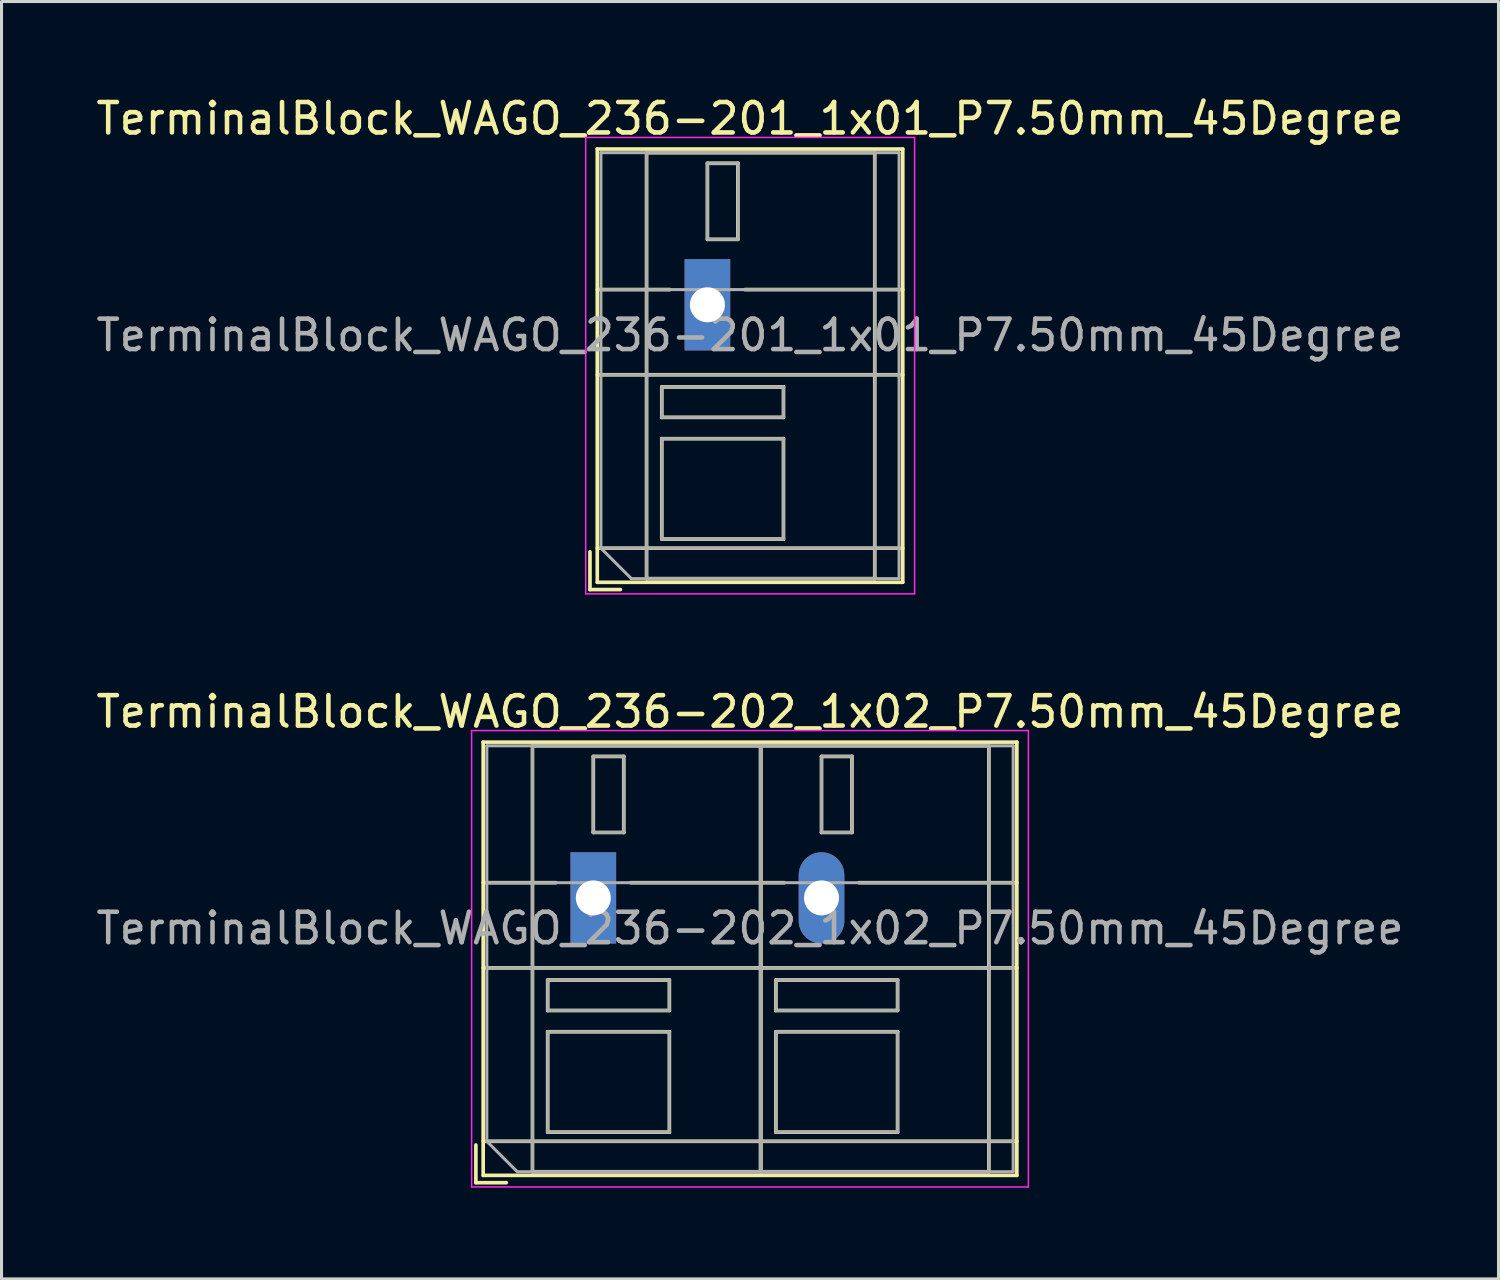
<source format=kicad_pcb>
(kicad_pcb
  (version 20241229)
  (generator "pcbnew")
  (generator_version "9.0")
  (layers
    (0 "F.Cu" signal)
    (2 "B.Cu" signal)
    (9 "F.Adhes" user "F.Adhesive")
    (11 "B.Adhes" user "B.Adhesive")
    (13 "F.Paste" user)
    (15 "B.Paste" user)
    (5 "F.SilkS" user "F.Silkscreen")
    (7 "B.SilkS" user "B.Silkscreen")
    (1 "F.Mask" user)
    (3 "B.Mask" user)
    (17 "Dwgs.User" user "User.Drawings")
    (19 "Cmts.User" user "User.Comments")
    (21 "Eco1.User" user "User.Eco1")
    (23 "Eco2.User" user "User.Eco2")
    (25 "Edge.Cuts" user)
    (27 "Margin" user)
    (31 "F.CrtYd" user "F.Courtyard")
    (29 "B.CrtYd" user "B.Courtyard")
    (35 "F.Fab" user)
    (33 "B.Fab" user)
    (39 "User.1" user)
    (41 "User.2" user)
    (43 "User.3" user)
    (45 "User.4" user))
  (footprint "TerminalBlock_WAGO_236-201_1x01_P7.50mm_45Degree"
    (layer "F.Cu")
    (at 20.201 6.968)
    (property "Reference" "TerminalBlock_WAGO_236-201_1x01_P7.50mm_45Degree" (at 1.4 -6.12 0) (layer "F.SilkS") (effects (font (size 1 1) (thickness 0.15))))
    (attr through_hole)
    (fp_line (start -3.86 8.12) (end -3.86 9.36) (stroke (width 0.12) (type solid)) (layer "F.SilkS"))
    (fp_line (start -3.86 9.36) (end -2.86 9.36) (stroke (width 0.12) (type solid)) (layer "F.SilkS"))
    (fp_line (start -3.62 -5.12) (end -3.62 9.12) (stroke (width 0.12) (type solid)) (layer "F.SilkS"))
    (fp_line (start -3.62 -5.12) (end 6.421 -5.12) (stroke (width 0.12) (type solid)) (layer "F.SilkS"))
    (fp_line (start -3.62 -0.5) (end -1.23 -0.5) (stroke (width 0.12) (type solid)) (layer "F.SilkS"))
    (fp_line (start -3.62 2.3) (end 6.421 2.3) (stroke (width 0.12) (type solid)) (layer "F.SilkS"))
    (fp_line (start -3.62 8) (end 6.421 8) (stroke (width 0.12) (type solid)) (layer "F.SilkS"))
    (fp_line (start -3.62 9.12) (end 6.421 9.12) (stroke (width 0.12) (type solid)) (layer "F.SilkS"))
    (fp_line (start -2 -5) (end -2 9) (stroke (width 0.12) (type solid)) (layer "F.SilkS"))
    (fp_line (start -2 -5) (end 5.5 -5) (stroke (width 0.12) (type solid)) (layer "F.SilkS"))
    (fp_line (start -2 9) (end 5.5 9) (stroke (width 0.12) (type solid)) (layer "F.SilkS"))
    (fp_line (start -1.5 2.7) (end -1.5 3.7) (stroke (width 0.12) (type solid)) (layer "F.SilkS"))
    (fp_line (start -1.5 2.7) (end 2.5 2.7) (stroke (width 0.12) (type solid)) (layer "F.SilkS"))
    (fp_line (start -1.5 3.7) (end 2.5 3.7) (stroke (width 0.12) (type solid)) (layer "F.SilkS"))
    (fp_line (start -1.5 4.4) (end -1.5 7.7) (stroke (width 0.12) (type solid)) (layer "F.SilkS"))
    (fp_line (start -1.5 4.4) (end 2.5 4.4) (stroke (width 0.12) (type solid)) (layer "F.SilkS"))
    (fp_line (start -1.5 7.7) (end 2.5 7.7) (stroke (width 0.12) (type solid)) (layer "F.SilkS"))
    (fp_line (start 0 -4.65) (end 0 -2.151) (stroke (width 0.12) (type solid)) (layer "F.SilkS"))
    (fp_line (start 0 -4.65) (end 1 -4.65) (stroke (width 0.12) (type solid)) (layer "F.SilkS"))
    (fp_line (start 0 -2.151) (end 1 -2.151) (stroke (width 0.12) (type solid)) (layer "F.SilkS"))
    (fp_line (start 1 -4.65) (end 1 -2.151) (stroke (width 0.12) (type solid)) (layer "F.SilkS"))
    (fp_line (start 1.23 -0.5) (end 6.421 -0.5) (stroke (width 0.12) (type solid)) (layer "F.SilkS"))
    (fp_line (start 2.5 2.7) (end 2.5 3.7) (stroke (width 0.12) (type solid)) (layer "F.SilkS"))
    (fp_line (start 2.5 4.4) (end 2.5 7.7) (stroke (width 0.12) (type solid)) (layer "F.SilkS"))
    (fp_line (start 5.5 -5) (end 5.5 9) (stroke (width 0.12) (type solid)) (layer "F.SilkS"))
    (fp_line (start 6.421 -5.12) (end 6.421 9.12) (stroke (width 0.12) (type solid)) (layer "F.SilkS"))
    (fp_line (start -4 -5.5) (end -4 9.5) (stroke (width 0.05) (type solid)) (layer "F.CrtYd"))
    (fp_line (start -4 9.5) (end 6.81 9.5) (stroke (width 0.05) (type solid)) (layer "F.CrtYd"))
    (fp_line (start 6.81 -5.5) (end -4 -5.5) (stroke (width 0.05) (type solid)) (layer "F.CrtYd"))
    (fp_line (start 6.81 9.5) (end 6.81 -5.5) (stroke (width 0.05) (type solid)) (layer "F.CrtYd"))
    (fp_line (start -3.5 -5) (end 6.3 -5) (stroke (width 0.1) (type solid)) (layer "F.Fab"))
    (fp_line (start -3.5 -0.5) (end 6.3 -0.5) (stroke (width 0.1) (type solid)) (layer "F.Fab"))
    (fp_line (start -3.5 2.3) (end 6.3 2.3) (stroke (width 0.1) (type solid)) (layer "F.Fab"))
    (fp_line (start -3.5 8) (end -3.5 -5) (stroke (width 0.1) (type solid)) (layer "F.Fab"))
    (fp_line (start -3.5 8) (end 6.3 8) (stroke (width 0.1) (type solid)) (layer "F.Fab"))
    (fp_line (start -2.5 9) (end -3.5 8) (stroke (width 0.1) (type solid)) (layer "F.Fab"))
    (fp_line (start -2 -5) (end -2 9) (stroke (width 0.1) (type solid)) (layer "F.Fab"))
    (fp_line (start -2 9) (end 5.5 9) (stroke (width 0.1) (type solid)) (layer "F.Fab"))
    (fp_line (start -1.5 2.7) (end -1.5 3.7) (stroke (width 0.1) (type solid)) (layer "F.Fab"))
    (fp_line (start -1.5 3.7) (end 2.5 3.7) (stroke (width 0.1) (type solid)) (layer "F.Fab"))
    (fp_line (start -1.5 4.4) (end -1.5 7.7) (stroke (width 0.1) (type solid)) (layer "F.Fab"))
    (fp_line (start -1.5 7.7) (end 2.5 7.7) (stroke (width 0.1) (type solid)) (layer "F.Fab"))
    (fp_line (start 0 -4.65) (end 0 -2.15) (stroke (width 0.1) (type solid)) (layer "F.Fab"))
    (fp_line (start 0 -2.15) (end 1 -2.15) (stroke (width 0.1) (type solid)) (layer "F.Fab"))
    (fp_line (start 1 -4.65) (end 0 -4.65) (stroke (width 0.1) (type solid)) (layer "F.Fab"))
    (fp_line (start 1 -2.15) (end 1 -4.65) (stroke (width 0.1) (type solid)) (layer "F.Fab"))
    (fp_line (start 2.5 2.7) (end -1.5 2.7) (stroke (width 0.1) (type solid)) (layer "F.Fab"))
    (fp_line (start 2.5 3.7) (end 2.5 2.7) (stroke (width 0.1) (type solid)) (layer "F.Fab"))
    (fp_line (start 2.5 4.4) (end -1.5 4.4) (stroke (width 0.1) (type solid)) (layer "F.Fab"))
    (fp_line (start 2.5 7.7) (end 2.5 4.4) (stroke (width 0.1) (type solid)) (layer "F.Fab"))
    (fp_line (start 5.5 -5) (end -2 -5) (stroke (width 0.1) (type solid)) (layer "F.Fab"))
    (fp_line (start 5.5 9) (end 5.5 -5) (stroke (width 0.1) (type solid)) (layer "F.Fab"))
    (fp_line (start 6.3 -5) (end 6.3 9) (stroke (width 0.1) (type solid)) (layer "F.Fab"))
    (fp_line (start 6.3 9) (end -2.5 9) (stroke (width 0.1) (type solid)) (layer "F.Fab"))
    (fp_text user "${REFERENCE}" (at 1.4 1 0) (layer "F.Fab") (effects (font (size 1 1) (thickness 0.15))))
    (pad "1" thru_hole rect (at 0 0) (size 1.5 3) (drill 1.15) (layers "*.Cu" "*.Mask")))
  (footprint "TerminalBlock_WAGO_236-202_1x02_P7.50mm_45Degree"
    (layer "F.Cu")
    (at 16.451 26.462)
    (property "Reference" "TerminalBlock_WAGO_236-202_1x02_P7.50mm_45Degree" (at 5.15 -6.12 0) (layer "F.SilkS") (effects (font (size 1 1) (thickness 0.15))))
    (attr through_hole)
    (fp_line (start -3.86 8.12) (end -3.86 9.36) (stroke (width 0.12) (type solid)) (layer "F.SilkS"))
    (fp_line (start -3.86 9.36) (end -2.86 9.36) (stroke (width 0.12) (type solid)) (layer "F.SilkS"))
    (fp_line (start -3.62 -5.12) (end -3.62 9.12) (stroke (width 0.12) (type solid)) (layer "F.SilkS"))
    (fp_line (start -3.62 -5.12) (end 13.92 -5.12) (stroke (width 0.12) (type solid)) (layer "F.SilkS"))
    (fp_line (start -3.62 -0.5) (end -1.23 -0.5) (stroke (width 0.12) (type solid)) (layer "F.SilkS"))
    (fp_line (start -3.62 2.3) (end 13.92 2.3) (stroke (width 0.12) (type solid)) (layer "F.SilkS"))
    (fp_line (start -3.62 8) (end 13.92 8) (stroke (width 0.12) (type solid)) (layer "F.SilkS"))
    (fp_line (start -3.62 9.12) (end 13.92 9.12) (stroke (width 0.12) (type solid)) (layer "F.SilkS"))
    (fp_line (start -2 -5) (end -2 9) (stroke (width 0.12) (type solid)) (layer "F.SilkS"))
    (fp_line (start -2 -5) (end 5.5 -5) (stroke (width 0.12) (type solid)) (layer "F.SilkS"))
    (fp_line (start -2 9) (end 5.5 9) (stroke (width 0.12) (type solid)) (layer "F.SilkS"))
    (fp_line (start -1.5 2.7) (end -1.5 3.7) (stroke (width 0.12) (type solid)) (layer "F.SilkS"))
    (fp_line (start -1.5 2.7) (end 2.5 2.7) (stroke (width 0.12) (type solid)) (layer "F.SilkS"))
    (fp_line (start -1.5 3.7) (end 2.5 3.7) (stroke (width 0.12) (type solid)) (layer "F.SilkS"))
    (fp_line (start -1.5 4.4) (end -1.5 7.7) (stroke (width 0.12) (type solid)) (layer "F.SilkS"))
    (fp_line (start -1.5 4.4) (end 2.5 4.4) (stroke (width 0.12) (type solid)) (layer "F.SilkS"))
    (fp_line (start -1.5 7.7) (end 2.5 7.7) (stroke (width 0.12) (type solid)) (layer "F.SilkS"))
    (fp_line (start 0 -4.65) (end 0 -2.151) (stroke (width 0.12) (type solid)) (layer "F.SilkS"))
    (fp_line (start 0 -4.65) (end 1 -4.65) (stroke (width 0.12) (type solid)) (layer "F.SilkS"))
    (fp_line (start 0 -2.151) (end 1 -2.151) (stroke (width 0.12) (type solid)) (layer "F.SilkS"))
    (fp_line (start 1 -4.65) (end 1 -2.151) (stroke (width 0.12) (type solid)) (layer "F.SilkS"))
    (fp_line (start 1.23 -0.5) (end 6.27 -0.5) (stroke (width 0.12) (type solid)) (layer "F.SilkS"))
    (fp_line (start 2.5 2.7) (end 2.5 3.7) (stroke (width 0.12) (type solid)) (layer "F.SilkS"))
    (fp_line (start 2.5 4.4) (end 2.5 7.7) (stroke (width 0.12) (type solid)) (layer "F.SilkS"))
    (fp_line (start 5.5 -5) (end 5.5 9) (stroke (width 0.12) (type solid)) (layer "F.SilkS"))
    (fp_line (start 5.5 -5) (end 5.5 9) (stroke (width 0.12) (type solid)) (layer "F.SilkS"))
    (fp_line (start 5.5 -5) (end 13 -5) (stroke (width 0.12) (type solid)) (layer "F.SilkS"))
    (fp_line (start 5.5 9) (end 13 9) (stroke (width 0.12) (type solid)) (layer "F.SilkS"))
    (fp_line (start 6 2.7) (end 6 3.7) (stroke (width 0.12) (type solid)) (layer "F.SilkS"))
    (fp_line (start 6 2.7) (end 10 2.7) (stroke (width 0.12) (type solid)) (layer "F.SilkS"))
    (fp_line (start 6 3.7) (end 10 3.7) (stroke (width 0.12) (type solid)) (layer "F.SilkS"))
    (fp_line (start 6 4.4) (end 6 7.7) (stroke (width 0.12) (type solid)) (layer "F.SilkS"))
    (fp_line (start 6 4.4) (end 10 4.4) (stroke (width 0.12) (type solid)) (layer "F.SilkS"))
    (fp_line (start 6 7.7) (end 10 7.7) (stroke (width 0.12) (type solid)) (layer "F.SilkS"))
    (fp_line (start 7.5 -4.65) (end 7.5 -2.151) (stroke (width 0.12) (type solid)) (layer "F.SilkS"))
    (fp_line (start 7.5 -4.65) (end 8.5 -4.65) (stroke (width 0.12) (type solid)) (layer "F.SilkS"))
    (fp_line (start 7.5 -2.151) (end 8.5 -2.151) (stroke (width 0.12) (type solid)) (layer "F.SilkS"))
    (fp_line (start 8.5 -4.65) (end 8.5 -2.151) (stroke (width 0.12) (type solid)) (layer "F.SilkS"))
    (fp_line (start 8.73 -0.5) (end 13.92 -0.5) (stroke (width 0.12) (type solid)) (layer "F.SilkS"))
    (fp_line (start 10 2.7) (end 10 3.7) (stroke (width 0.12) (type solid)) (layer "F.SilkS"))
    (fp_line (start 10 4.4) (end 10 7.7) (stroke (width 0.12) (type solid)) (layer "F.SilkS"))
    (fp_line (start 13 -5) (end 13 9) (stroke (width 0.12) (type solid)) (layer "F.SilkS"))
    (fp_line (start 13.92 -5.12) (end 13.92 9.12) (stroke (width 0.12) (type solid)) (layer "F.SilkS"))
    (fp_line (start -4 -5.5) (end -4 9.5) (stroke (width 0.05) (type solid)) (layer "F.CrtYd"))
    (fp_line (start -4 9.5) (end 14.3 9.5) (stroke (width 0.05) (type solid)) (layer "F.CrtYd"))
    (fp_line (start 14.3 -5.5) (end -4 -5.5) (stroke (width 0.05) (type solid)) (layer "F.CrtYd"))
    (fp_line (start 14.3 9.5) (end 14.3 -5.5) (stroke (width 0.05) (type solid)) (layer "F.CrtYd"))
    (fp_line (start -3.5 -5) (end 13.8 -5) (stroke (width 0.1) (type solid)) (layer "F.Fab"))
    (fp_line (start -3.5 -0.5) (end 13.8 -0.5) (stroke (width 0.1) (type solid)) (layer "F.Fab"))
    (fp_line (start -3.5 2.3) (end 13.8 2.3) (stroke (width 0.1) (type solid)) (layer "F.Fab"))
    (fp_line (start -3.5 8) (end -3.5 -5) (stroke (width 0.1) (type solid)) (layer "F.Fab"))
    (fp_line (start -3.5 8) (end 13.8 8) (stroke (width 0.1) (type solid)) (layer "F.Fab"))
    (fp_line (start -2.5 9) (end -3.5 8) (stroke (width 0.1) (type solid)) (layer "F.Fab"))
    (fp_line (start -2 -5) (end -2 9) (stroke (width 0.1) (type solid)) (layer "F.Fab"))
    (fp_line (start -2 9) (end 5.5 9) (stroke (width 0.1) (type solid)) (layer "F.Fab"))
    (fp_line (start -1.5 2.7) (end -1.5 3.7) (stroke (width 0.1) (type solid)) (layer "F.Fab"))
    (fp_line (start -1.5 3.7) (end 2.5 3.7) (stroke (width 0.1) (type solid)) (layer "F.Fab"))
    (fp_line (start -1.5 4.4) (end -1.5 7.7) (stroke (width 0.1) (type solid)) (layer "F.Fab"))
    (fp_line (start -1.5 7.7) (end 2.5 7.7) (stroke (width 0.1) (type solid)) (layer "F.Fab"))
    (fp_line (start 0 -4.65) (end 0 -2.15) (stroke (width 0.1) (type solid)) (layer "F.Fab"))
    (fp_line (start 0 -2.15) (end 1 -2.15) (stroke (width 0.1) (type solid)) (layer "F.Fab"))
    (fp_line (start 1 -4.65) (end 0 -4.65) (stroke (width 0.1) (type solid)) (layer "F.Fab"))
    (fp_line (start 1 -2.15) (end 1 -4.65) (stroke (width 0.1) (type solid)) (layer "F.Fab"))
    (fp_line (start 2.5 2.7) (end -1.5 2.7) (stroke (width 0.1) (type solid)) (layer "F.Fab"))
    (fp_line (start 2.5 3.7) (end 2.5 2.7) (stroke (width 0.1) (type solid)) (layer "F.Fab"))
    (fp_line (start 2.5 4.4) (end -1.5 4.4) (stroke (width 0.1) (type solid)) (layer "F.Fab"))
    (fp_line (start 2.5 7.7) (end 2.5 4.4) (stroke (width 0.1) (type solid)) (layer "F.Fab"))
    (fp_line (start 5.5 -5) (end -2 -5) (stroke (width 0.1) (type solid)) (layer "F.Fab"))
    (fp_line (start 5.5 -5) (end 5.5 9) (stroke (width 0.1) (type solid)) (layer "F.Fab"))
    (fp_line (start 5.5 9) (end 5.5 -5) (stroke (width 0.1) (type solid)) (layer "F.Fab"))
    (fp_line (start 5.5 9) (end 13 9) (stroke (width 0.1) (type solid)) (layer "F.Fab"))
    (fp_line (start 6 2.7) (end 6 3.7) (stroke (width 0.1) (type solid)) (layer "F.Fab"))
    (fp_line (start 6 3.7) (end 10 3.7) (stroke (width 0.1) (type solid)) (layer "F.Fab"))
    (fp_line (start 6 4.4) (end 6 7.7) (stroke (width 0.1) (type solid)) (layer "F.Fab"))
    (fp_line (start 6 7.7) (end 10 7.7) (stroke (width 0.1) (type solid)) (layer "F.Fab"))
    (fp_line (start 7.5 -4.65) (end 7.5 -2.15) (stroke (width 0.1) (type solid)) (layer "F.Fab"))
    (fp_line (start 7.5 -2.15) (end 8.5 -2.15) (stroke (width 0.1) (type solid)) (layer "F.Fab"))
    (fp_line (start 8.5 -4.65) (end 7.5 -4.65) (stroke (width 0.1) (type solid)) (layer "F.Fab"))
    (fp_line (start 8.5 -2.15) (end 8.5 -4.65) (stroke (width 0.1) (type solid)) (layer "F.Fab"))
    (fp_line (start 10 2.7) (end 6 2.7) (stroke (width 0.1) (type solid)) (layer "F.Fab"))
    (fp_line (start 10 3.7) (end 10 2.7) (stroke (width 0.1) (type solid)) (layer "F.Fab"))
    (fp_line (start 10 4.4) (end 6 4.4) (stroke (width 0.1) (type solid)) (layer "F.Fab"))
    (fp_line (start 10 7.7) (end 10 4.4) (stroke (width 0.1) (type solid)) (layer "F.Fab"))
    (fp_line (start 13 -5) (end 5.5 -5) (stroke (width 0.1) (type solid)) (layer "F.Fab"))
    (fp_line (start 13 9) (end 13 -5) (stroke (width 0.1) (type solid)) (layer "F.Fab"))
    (fp_line (start 13.8 -5) (end 13.8 9) (stroke (width 0.1) (type solid)) (layer "F.Fab"))
    (fp_line (start 13.8 9) (end -2.5 9) (stroke (width 0.1) (type solid)) (layer "F.Fab"))
    (fp_text user "${REFERENCE}" (at 5.15 1 0) (layer "F.Fab") (effects (font (size 1 1) (thickness 0.15))))
    (pad "1" thru_hole rect (at 0 0) (size 1.5 3) (drill 1.15) (layers "*.Cu" "*.Mask"))
    (pad "2" thru_hole oval (at 7.5 0) (size 1.5 3) (drill 1.15) (layers "*.Cu" "*.Mask")))
  (gr_rect
    (start -3 -3)
    (end 46.202 38.986)
    (stroke (width 0.1) (type default))
    (fill no)
    (layer "Edge.Cuts")))
</source>
